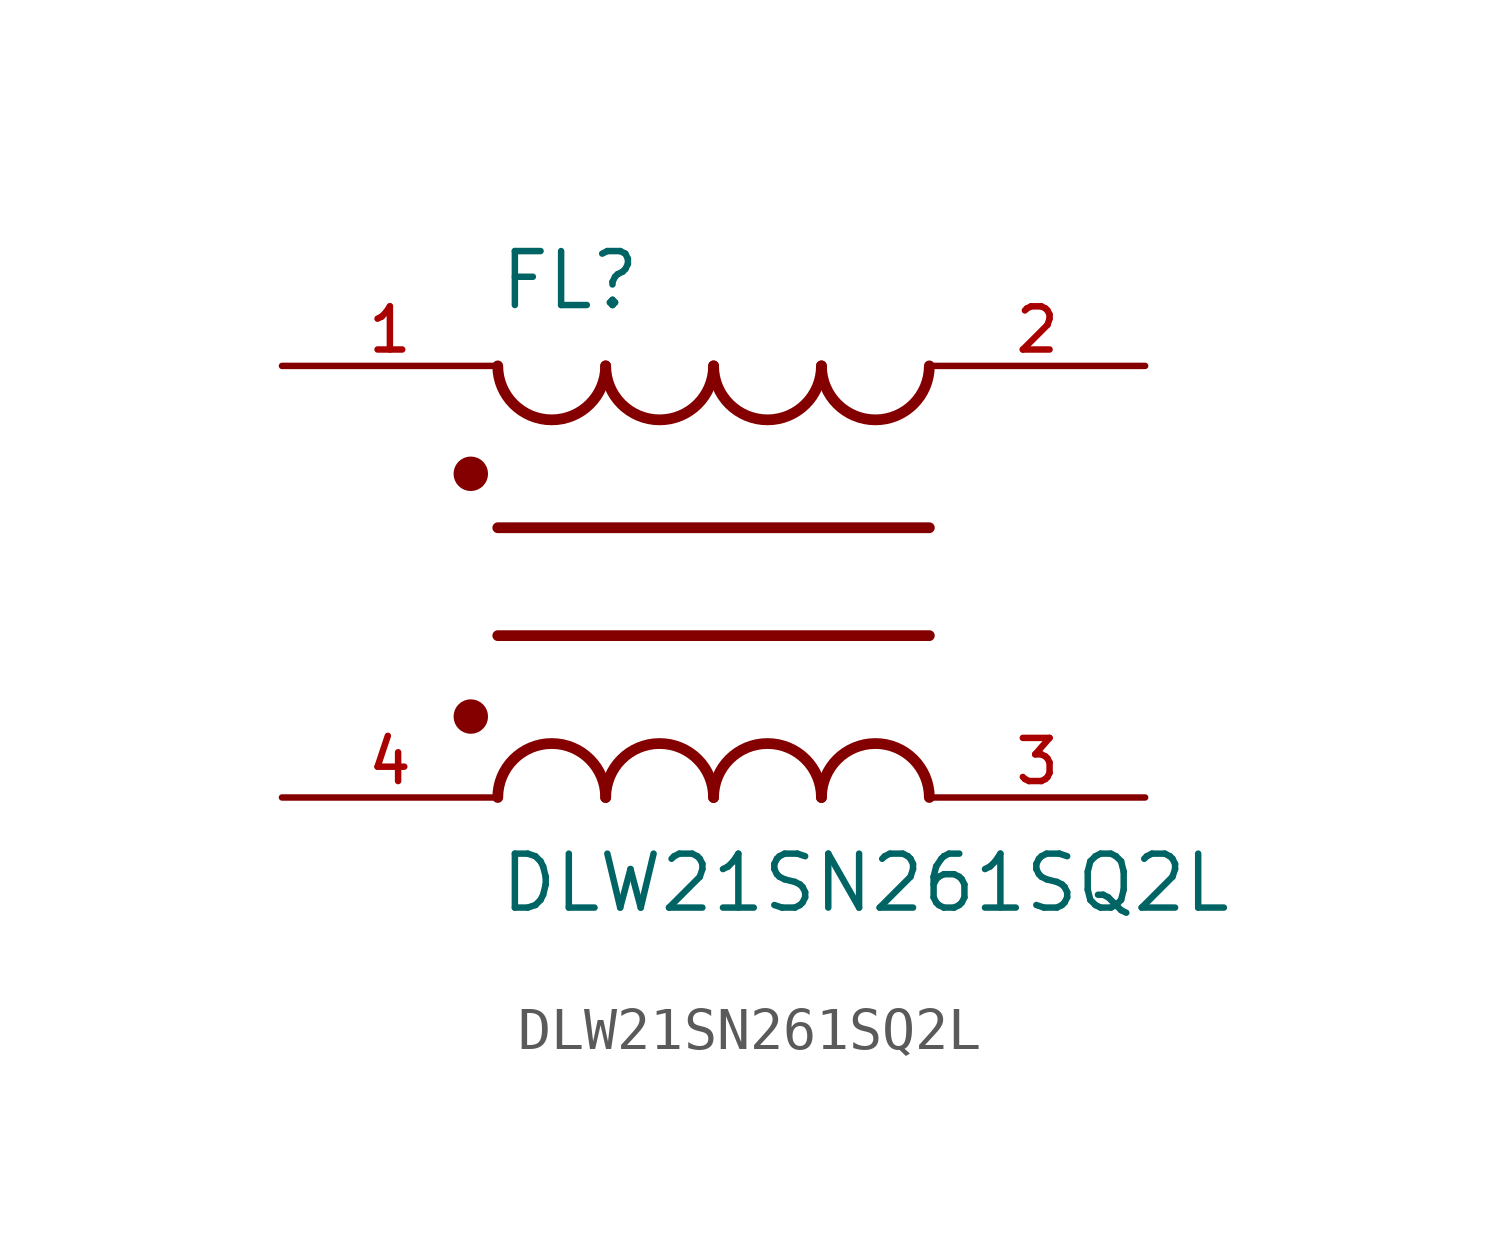
<source format=kicad_sym>
(kicad_symbol_lib
  (version 20211014)
  (generator kicad_symbol_editor)
  (symbol "DLW21SN261SQ2L"
    (pin_names
      (offset 1.016))
    (property "Reference" "FL"
      (at -5.08 6.35 0)
      (effects (font (size 1.27 1.27)) (justify bottom left)))
    (property "Value" "DLW21SN261SQ2L"
      (at -5.08 -6.35 0)
      (effects (font (size 1.27 1.27)) (justify top left)))
    (symbol "DLW21SN261SQ2L_0_0"
      (arc (start -2.54 -5.08) (mid -3.81 -3.81) (end -5.08 -5.08) (stroke (width 0.254) (type default) (color 0 0 0 0)) (fill (type none)))
      (arc (start 0.0 -5.08) (mid -1.27 -3.81) (end -2.54 -5.08) (stroke (width 0.254) (type default) (color 0 0 0 0)) (fill (type none)))
      (arc (start 2.54 -5.08) (mid 1.27 -3.81) (end 0.0 -5.08) (stroke (width 0.254) (type default) (color 0 0 0 0)) (fill (type none)))
      (arc (start 5.08 -5.08) (mid 3.81 -3.81) (end 2.54 -5.08) (stroke (width 0.254) (type default) (color 0 0 0 0)) (fill (type none)))
      (polyline (pts (xy -5.08 -1.27) (xy 5.08 -1.27)) (stroke (width 0.254)))
      (circle (center -5.715 -3.175) (radius 0.203) (stroke (width 0.406)) (fill (type none)))
      (arc (start 2.54 5.08) (mid 3.81 3.81) (end 5.08 5.08) (stroke (width 0.254) (type default) (color 0 0 0 0)) (fill (type none)))
      (arc (start 0.0 5.08) (mid 1.27 3.81) (end 2.54 5.08) (stroke (width 0.254) (type default) (color 0 0 0 0)) (fill (type none)))
      (arc (start -2.54 5.08) (mid -1.27 3.81) (end 0.0 5.08) (stroke (width 0.254) (type default) (color 0 0 0 0)) (fill (type none)))
      (arc (start -5.08 5.08) (mid -3.81 3.81) (end -2.54 5.08) (stroke (width 0.254) (type default) (color 0 0 0 0)) (fill (type none)))
      (polyline (pts (xy 5.08 1.27) (xy -5.08 1.27)) (stroke (width 0.254)))
      (circle (center -5.715 2.54) (radius 0.203) (stroke (width 0.406)) (fill (type none)))
      (pin passive line (at -10.16 -5.08 0) (length 5.08) (name "~" (effects (font (size 1.016 1.016)))) (number "4" (effects (font (size 1.016 1.016)))))
      (pin passive line (at 10.16 -5.08 180.0) (length 5.08) (name "~" (effects (font (size 1.016 1.016)))) (number "3" (effects (font (size 1.016 1.016)))))
      (pin passive line (at 10.16 5.08 180.0) (length 5.08) (name "~" (effects (font (size 1.016 1.016)))) (number "2" (effects (font (size 1.016 1.016)))))
      (pin passive line (at -10.16 5.08 0) (length 5.08) (name "~" (effects (font (size 1.016 1.016)))) (number "1" (effects (font (size 1.016 1.016))))))))
</source>
